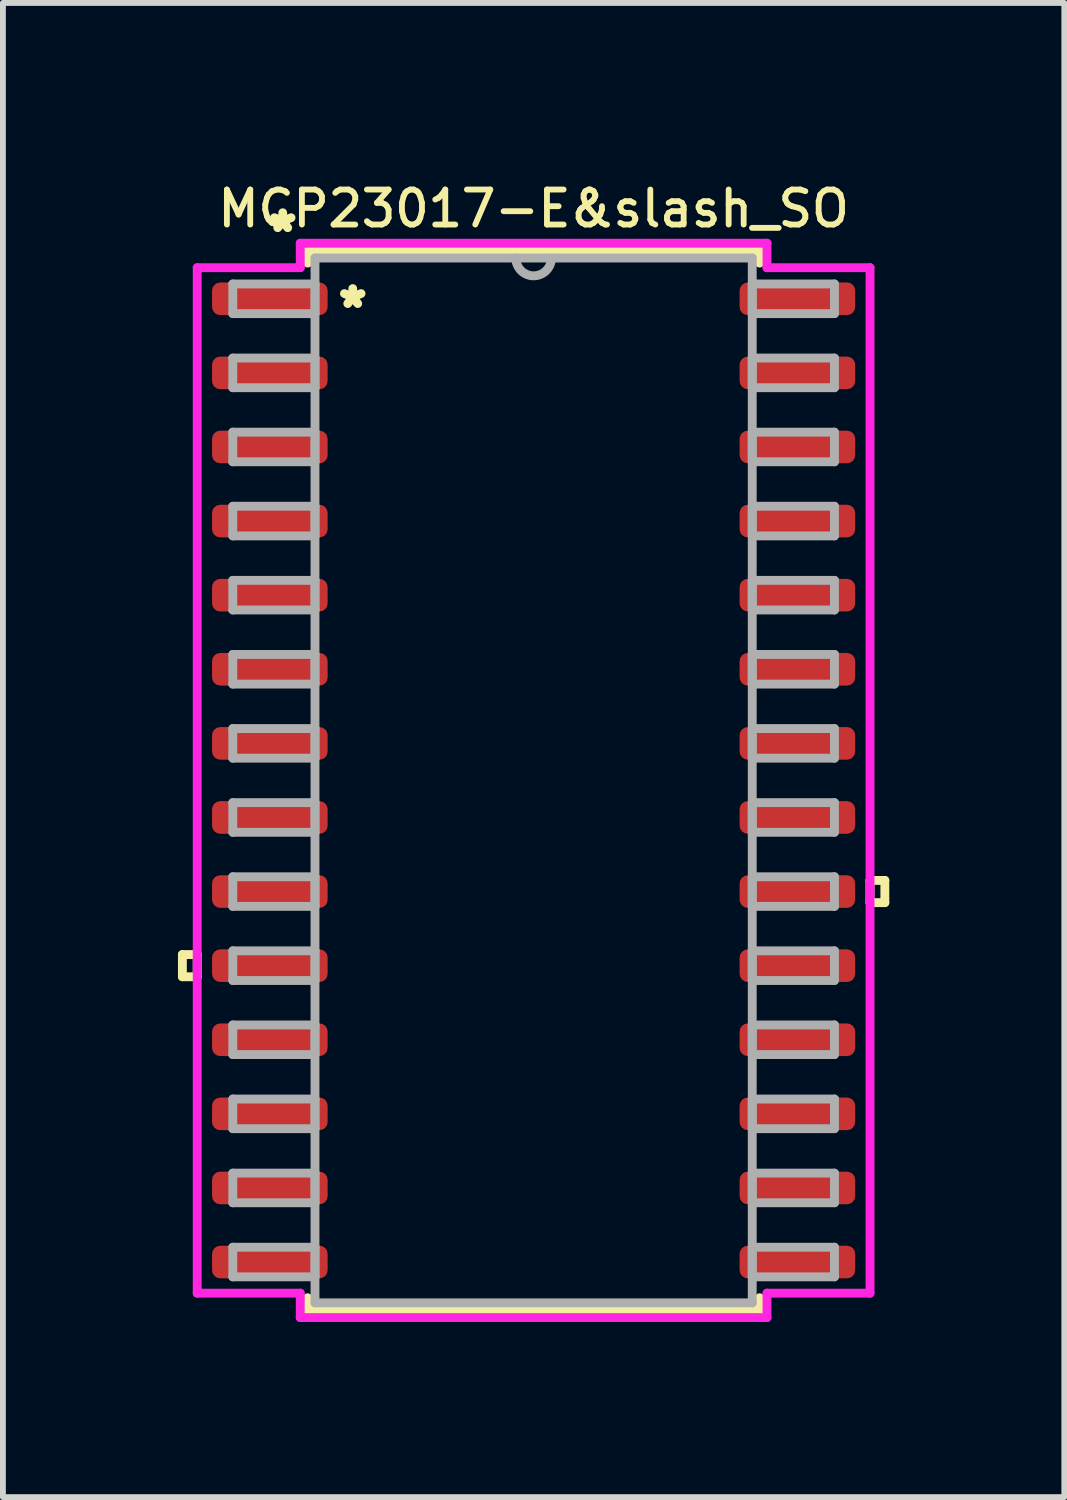
<source format=kicad_pcb>
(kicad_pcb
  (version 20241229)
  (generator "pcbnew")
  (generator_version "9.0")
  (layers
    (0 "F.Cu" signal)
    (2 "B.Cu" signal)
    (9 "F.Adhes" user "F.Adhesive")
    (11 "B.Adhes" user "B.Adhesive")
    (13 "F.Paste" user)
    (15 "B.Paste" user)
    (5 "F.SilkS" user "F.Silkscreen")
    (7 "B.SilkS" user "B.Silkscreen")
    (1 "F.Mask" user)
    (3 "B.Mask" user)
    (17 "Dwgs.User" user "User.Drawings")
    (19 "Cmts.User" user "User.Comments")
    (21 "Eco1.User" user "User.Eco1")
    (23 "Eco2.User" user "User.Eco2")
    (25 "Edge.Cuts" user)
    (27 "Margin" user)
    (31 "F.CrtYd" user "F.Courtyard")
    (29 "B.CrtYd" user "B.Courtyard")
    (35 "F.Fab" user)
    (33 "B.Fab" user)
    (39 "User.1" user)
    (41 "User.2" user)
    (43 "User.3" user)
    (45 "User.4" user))
  (footprint "MCP23017-E&slash_SO"
    (layer "F.Cu")
    (at 6.096 10.326)
    (property "Reference" "MCP23017-E&slash_SO" (at 0 -9.8 0) (layer "F.SilkS") (effects (font (size 0.6 0.6) (thickness 0.1))))
    (attr smd)
    (fp_line (start -6.02 2.985) (end -6.02 3.365) (stroke (width 0.152) (type solid)) (layer "F.SilkS"))
    (fp_line (start -6.02 3.365) (end -5.766 3.365) (stroke (width 0.152) (type solid)) (layer "F.SilkS"))
    (fp_line (start -5.766 2.985) (end -6.02 2.985) (stroke (width 0.152) (type solid)) (layer "F.SilkS"))
    (fp_line (start -5.766 3.365) (end -5.766 2.985) (stroke (width 0.152) (type solid)) (layer "F.SilkS"))
    (fp_line (start -3.873 -9.081) (end -3.873 -8.867) (stroke (width 0.152) (type solid)) (layer "F.SilkS"))
    (fp_line (start -3.873 8.867) (end -3.873 9.081) (stroke (width 0.152) (type solid)) (layer "F.SilkS"))
    (fp_line (start -3.873 9.081) (end 3.873 9.081) (stroke (width 0.152) (type solid)) (layer "F.SilkS"))
    (fp_line (start 3.873 -9.081) (end -3.873 -9.081) (stroke (width 0.152) (type solid)) (layer "F.SilkS"))
    (fp_line (start 3.873 -8.867) (end 3.873 -9.081) (stroke (width 0.152) (type solid)) (layer "F.SilkS"))
    (fp_line (start 3.873 9.081) (end 3.873 8.867) (stroke (width 0.152) (type solid)) (layer "F.SilkS"))
    (fp_line (start 5.766 1.714) (end 6.02 1.714) (stroke (width 0.152) (type solid)) (layer "F.SilkS"))
    (fp_line (start 5.766 2.095) (end 5.766 1.714) (stroke (width 0.152) (type solid)) (layer "F.SilkS"))
    (fp_line (start 6.02 1.714) (end 6.02 2.095) (stroke (width 0.152) (type solid)) (layer "F.SilkS"))
    (fp_line (start 6.02 2.095) (end 5.766 2.095) (stroke (width 0.152) (type solid)) (layer "F.SilkS"))
    (fp_line (start -5.766 -8.788) (end -4 -8.788) (stroke (width 0.152) (type solid)) (layer "F.CrtYd"))
    (fp_line (start -5.766 8.788) (end -5.766 -8.788) (stroke (width 0.152) (type solid)) (layer "F.CrtYd"))
    (fp_line (start -4 -9.207) (end 4 -9.207) (stroke (width 0.152) (type solid)) (layer "F.CrtYd"))
    (fp_line (start -4 -8.788) (end -4 -9.207) (stroke (width 0.152) (type solid)) (layer "F.CrtYd"))
    (fp_line (start -4 8.788) (end -5.766 8.788) (stroke (width 0.152) (type solid)) (layer "F.CrtYd"))
    (fp_line (start -4 9.207) (end -4 8.788) (stroke (width 0.152) (type solid)) (layer "F.CrtYd"))
    (fp_line (start 4 -9.207) (end 4 -8.788) (stroke (width 0.152) (type solid)) (layer "F.CrtYd"))
    (fp_line (start 4 -8.788) (end 5.766 -8.788) (stroke (width 0.152) (type solid)) (layer "F.CrtYd"))
    (fp_line (start 4 8.788) (end 4 9.207) (stroke (width 0.152) (type solid)) (layer "F.CrtYd"))
    (fp_line (start 4 9.207) (end -4 9.207) (stroke (width 0.152) (type solid)) (layer "F.CrtYd"))
    (fp_line (start 5.766 -8.788) (end 5.766 8.788) (stroke (width 0.152) (type solid)) (layer "F.CrtYd"))
    (fp_line (start 5.766 8.788) (end 4 8.788) (stroke (width 0.152) (type solid)) (layer "F.CrtYd"))
    (fp_line (start -5.156 -8.509) (end -5.156 -8.001) (stroke (width 0.152) (type solid)) (layer "F.Fab"))
    (fp_line (start -5.156 -8.001) (end -3.747 -8.001) (stroke (width 0.152) (type solid)) (layer "F.Fab"))
    (fp_line (start -5.156 -7.239) (end -5.156 -6.731) (stroke (width 0.152) (type solid)) (layer "F.Fab"))
    (fp_line (start -5.156 -6.731) (end -3.747 -6.731) (stroke (width 0.152) (type solid)) (layer "F.Fab"))
    (fp_line (start -5.156 -5.969) (end -5.156 -5.461) (stroke (width 0.152) (type solid)) (layer "F.Fab"))
    (fp_line (start -5.156 -5.461) (end -3.747 -5.461) (stroke (width 0.152) (type solid)) (layer "F.Fab"))
    (fp_line (start -5.156 -4.699) (end -5.156 -4.191) (stroke (width 0.152) (type solid)) (layer "F.Fab"))
    (fp_line (start -5.156 -4.191) (end -3.747 -4.191) (stroke (width 0.152) (type solid)) (layer "F.Fab"))
    (fp_line (start -5.156 -3.429) (end -5.156 -2.921) (stroke (width 0.152) (type solid)) (layer "F.Fab"))
    (fp_line (start -5.156 -2.921) (end -3.747 -2.921) (stroke (width 0.152) (type solid)) (layer "F.Fab"))
    (fp_line (start -5.156 -2.159) (end -5.156 -1.651) (stroke (width 0.152) (type solid)) (layer "F.Fab"))
    (fp_line (start -5.156 -1.651) (end -3.747 -1.651) (stroke (width 0.152) (type solid)) (layer "F.Fab"))
    (fp_line (start -5.156 -0.889) (end -5.156 -0.381) (stroke (width 0.152) (type solid)) (layer "F.Fab"))
    (fp_line (start -5.156 -0.381) (end -3.747 -0.381) (stroke (width 0.152) (type solid)) (layer "F.Fab"))
    (fp_line (start -5.156 0.381) (end -5.156 0.889) (stroke (width 0.152) (type solid)) (layer "F.Fab"))
    (fp_line (start -5.156 0.889) (end -3.747 0.889) (stroke (width 0.152) (type solid)) (layer "F.Fab"))
    (fp_line (start -5.156 1.651) (end -5.156 2.159) (stroke (width 0.152) (type solid)) (layer "F.Fab"))
    (fp_line (start -5.156 2.159) (end -3.747 2.159) (stroke (width 0.152) (type solid)) (layer "F.Fab"))
    (fp_line (start -5.156 2.921) (end -5.156 3.429) (stroke (width 0.152) (type solid)) (layer "F.Fab"))
    (fp_line (start -5.156 3.429) (end -3.747 3.429) (stroke (width 0.152) (type solid)) (layer "F.Fab"))
    (fp_line (start -5.156 4.191) (end -5.156 4.699) (stroke (width 0.152) (type solid)) (layer "F.Fab"))
    (fp_line (start -5.156 4.699) (end -3.747 4.699) (stroke (width 0.152) (type solid)) (layer "F.Fab"))
    (fp_line (start -5.156 5.461) (end -5.156 5.969) (stroke (width 0.152) (type solid)) (layer "F.Fab"))
    (fp_line (start -5.156 5.969) (end -3.747 5.969) (stroke (width 0.152) (type solid)) (layer "F.Fab"))
    (fp_line (start -5.156 6.731) (end -5.156 7.239) (stroke (width 0.152) (type solid)) (layer "F.Fab"))
    (fp_line (start -5.156 7.239) (end -3.747 7.239) (stroke (width 0.152) (type solid)) (layer "F.Fab"))
    (fp_line (start -5.156 8.001) (end -5.156 8.509) (stroke (width 0.152) (type solid)) (layer "F.Fab"))
    (fp_line (start -5.156 8.509) (end -3.747 8.509) (stroke (width 0.152) (type solid)) (layer "F.Fab"))
    (fp_line (start -3.747 -8.954) (end -3.747 8.954) (stroke (width 0.152) (type solid)) (layer "F.Fab"))
    (fp_line (start -3.747 -8.509) (end -5.156 -8.509) (stroke (width 0.152) (type solid)) (layer "F.Fab"))
    (fp_line (start -3.747 -8.001) (end -3.747 -8.509) (stroke (width 0.152) (type solid)) (layer "F.Fab"))
    (fp_line (start -3.747 -7.239) (end -5.156 -7.239) (stroke (width 0.152) (type solid)) (layer "F.Fab"))
    (fp_line (start -3.747 -6.731) (end -3.747 -7.239) (stroke (width 0.152) (type solid)) (layer "F.Fab"))
    (fp_line (start -3.747 -5.969) (end -5.156 -5.969) (stroke (width 0.152) (type solid)) (layer "F.Fab"))
    (fp_line (start -3.747 -5.461) (end -3.747 -5.969) (stroke (width 0.152) (type solid)) (layer "F.Fab"))
    (fp_line (start -3.747 -4.699) (end -5.156 -4.699) (stroke (width 0.152) (type solid)) (layer "F.Fab"))
    (fp_line (start -3.747 -4.191) (end -3.747 -4.699) (stroke (width 0.152) (type solid)) (layer "F.Fab"))
    (fp_line (start -3.747 -3.429) (end -5.156 -3.429) (stroke (width 0.152) (type solid)) (layer "F.Fab"))
    (fp_line (start -3.747 -2.921) (end -3.747 -3.429) (stroke (width 0.152) (type solid)) (layer "F.Fab"))
    (fp_line (start -3.747 -2.159) (end -5.156 -2.159) (stroke (width 0.152) (type solid)) (layer "F.Fab"))
    (fp_line (start -3.747 -1.651) (end -3.747 -2.159) (stroke (width 0.152) (type solid)) (layer "F.Fab"))
    (fp_line (start -3.747 -0.889) (end -5.156 -0.889) (stroke (width 0.152) (type solid)) (layer "F.Fab"))
    (fp_line (start -3.747 -0.381) (end -3.747 -0.889) (stroke (width 0.152) (type solid)) (layer "F.Fab"))
    (fp_line (start -3.747 0.381) (end -5.156 0.381) (stroke (width 0.152) (type solid)) (layer "F.Fab"))
    (fp_line (start -3.747 0.889) (end -3.747 0.381) (stroke (width 0.152) (type solid)) (layer "F.Fab"))
    (fp_line (start -3.747 1.651) (end -5.156 1.651) (stroke (width 0.152) (type solid)) (layer "F.Fab"))
    (fp_line (start -3.747 2.159) (end -3.747 1.651) (stroke (width 0.152) (type solid)) (layer "F.Fab"))
    (fp_line (start -3.747 2.921) (end -5.156 2.921) (stroke (width 0.152) (type solid)) (layer "F.Fab"))
    (fp_line (start -3.747 3.429) (end -3.747 2.921) (stroke (width 0.152) (type solid)) (layer "F.Fab"))
    (fp_line (start -3.747 4.191) (end -5.156 4.191) (stroke (width 0.152) (type solid)) (layer "F.Fab"))
    (fp_line (start -3.747 4.699) (end -3.747 4.191) (stroke (width 0.152) (type solid)) (layer "F.Fab"))
    (fp_line (start -3.747 5.461) (end -5.156 5.461) (stroke (width 0.152) (type solid)) (layer "F.Fab"))
    (fp_line (start -3.747 5.969) (end -3.747 5.461) (stroke (width 0.152) (type solid)) (layer "F.Fab"))
    (fp_line (start -3.747 6.731) (end -5.156 6.731) (stroke (width 0.152) (type solid)) (layer "F.Fab"))
    (fp_line (start -3.747 7.239) (end -3.747 6.731) (stroke (width 0.152) (type solid)) (layer "F.Fab"))
    (fp_line (start -3.747 8.001) (end -5.156 8.001) (stroke (width 0.152) (type solid)) (layer "F.Fab"))
    (fp_line (start -3.747 8.509) (end -3.747 8.001) (stroke (width 0.152) (type solid)) (layer "F.Fab"))
    (fp_line (start -3.747 8.954) (end 3.747 8.954) (stroke (width 0.152) (type solid)) (layer "F.Fab"))
    (fp_line (start 3.747 -8.954) (end -3.747 -8.954) (stroke (width 0.152) (type solid)) (layer "F.Fab"))
    (fp_line (start 3.747 -8.509) (end 3.747 -8.001) (stroke (width 0.152) (type solid)) (layer "F.Fab"))
    (fp_line (start 3.747 -8.001) (end 5.156 -8.001) (stroke (width 0.152) (type solid)) (layer "F.Fab"))
    (fp_line (start 3.747 -7.239) (end 3.747 -6.731) (stroke (width 0.152) (type solid)) (layer "F.Fab"))
    (fp_line (start 3.747 -6.731) (end 5.156 -6.731) (stroke (width 0.152) (type solid)) (layer "F.Fab"))
    (fp_line (start 3.747 -5.969) (end 3.747 -5.461) (stroke (width 0.152) (type solid)) (layer "F.Fab"))
    (fp_line (start 3.747 -5.461) (end 5.156 -5.461) (stroke (width 0.152) (type solid)) (layer "F.Fab"))
    (fp_line (start 3.747 -4.699) (end 3.747 -4.191) (stroke (width 0.152) (type solid)) (layer "F.Fab"))
    (fp_line (start 3.747 -4.191) (end 5.156 -4.191) (stroke (width 0.152) (type solid)) (layer "F.Fab"))
    (fp_line (start 3.747 -3.429) (end 3.747 -2.921) (stroke (width 0.152) (type solid)) (layer "F.Fab"))
    (fp_line (start 3.747 -2.921) (end 5.156 -2.921) (stroke (width 0.152) (type solid)) (layer "F.Fab"))
    (fp_line (start 3.747 -2.159) (end 3.747 -1.651) (stroke (width 0.152) (type solid)) (layer "F.Fab"))
    (fp_line (start 3.747 -1.651) (end 5.156 -1.651) (stroke (width 0.152) (type solid)) (layer "F.Fab"))
    (fp_line (start 3.747 -0.889) (end 3.747 -0.381) (stroke (width 0.152) (type solid)) (layer "F.Fab"))
    (fp_line (start 3.747 -0.381) (end 5.156 -0.381) (stroke (width 0.152) (type solid)) (layer "F.Fab"))
    (fp_line (start 3.747 0.381) (end 3.747 0.889) (stroke (width 0.152) (type solid)) (layer "F.Fab"))
    (fp_line (start 3.747 0.889) (end 5.156 0.889) (stroke (width 0.152) (type solid)) (layer "F.Fab"))
    (fp_line (start 3.747 1.651) (end 3.747 2.159) (stroke (width 0.152) (type solid)) (layer "F.Fab"))
    (fp_line (start 3.747 2.159) (end 5.156 2.159) (stroke (width 0.152) (type solid)) (layer "F.Fab"))
    (fp_line (start 3.747 2.921) (end 3.747 3.429) (stroke (width 0.152) (type solid)) (layer "F.Fab"))
    (fp_line (start 3.747 3.429) (end 5.156 3.429) (stroke (width 0.152) (type solid)) (layer "F.Fab"))
    (fp_line (start 3.747 4.191) (end 3.747 4.699) (stroke (width 0.152) (type solid)) (layer "F.Fab"))
    (fp_line (start 3.747 4.699) (end 5.156 4.699) (stroke (width 0.152) (type solid)) (layer "F.Fab"))
    (fp_line (start 3.747 5.461) (end 3.747 5.969) (stroke (width 0.152) (type solid)) (layer "F.Fab"))
    (fp_line (start 3.747 5.969) (end 5.156 5.969) (stroke (width 0.152) (type solid)) (layer "F.Fab"))
    (fp_line (start 3.747 6.731) (end 3.747 7.239) (stroke (width 0.152) (type solid)) (layer "F.Fab"))
    (fp_line (start 3.747 7.239) (end 5.156 7.239) (stroke (width 0.152) (type solid)) (layer "F.Fab"))
    (fp_line (start 3.747 8.001) (end 3.747 8.509) (stroke (width 0.152) (type solid)) (layer "F.Fab"))
    (fp_line (start 3.747 8.509) (end 5.156 8.509) (stroke (width 0.152) (type solid)) (layer "F.Fab"))
    (fp_line (start 3.747 8.954) (end 3.747 -8.954) (stroke (width 0.152) (type solid)) (layer "F.Fab"))
    (fp_line (start 5.156 -8.509) (end 3.747 -8.509) (stroke (width 0.152) (type solid)) (layer "F.Fab"))
    (fp_line (start 5.156 -8.001) (end 5.156 -8.509) (stroke (width 0.152) (type solid)) (layer "F.Fab"))
    (fp_line (start 5.156 -7.239) (end 3.747 -7.239) (stroke (width 0.152) (type solid)) (layer "F.Fab"))
    (fp_line (start 5.156 -6.731) (end 5.156 -7.239) (stroke (width 0.152) (type solid)) (layer "F.Fab"))
    (fp_line (start 5.156 -5.969) (end 3.747 -5.969) (stroke (width 0.152) (type solid)) (layer "F.Fab"))
    (fp_line (start 5.156 -5.461) (end 5.156 -5.969) (stroke (width 0.152) (type solid)) (layer "F.Fab"))
    (fp_line (start 5.156 -4.699) (end 3.747 -4.699) (stroke (width 0.152) (type solid)) (layer "F.Fab"))
    (fp_line (start 5.156 -4.191) (end 5.156 -4.699) (stroke (width 0.152) (type solid)) (layer "F.Fab"))
    (fp_line (start 5.156 -3.429) (end 3.747 -3.429) (stroke (width 0.152) (type solid)) (layer "F.Fab"))
    (fp_line (start 5.156 -2.921) (end 5.156 -3.429) (stroke (width 0.152) (type solid)) (layer "F.Fab"))
    (fp_line (start 5.156 -2.159) (end 3.747 -2.159) (stroke (width 0.152) (type solid)) (layer "F.Fab"))
    (fp_line (start 5.156 -1.651) (end 5.156 -2.159) (stroke (width 0.152) (type solid)) (layer "F.Fab"))
    (fp_line (start 5.156 -0.889) (end 3.747 -0.889) (stroke (width 0.152) (type solid)) (layer "F.Fab"))
    (fp_line (start 5.156 -0.381) (end 5.156 -0.889) (stroke (width 0.152) (type solid)) (layer "F.Fab"))
    (fp_line (start 5.156 0.381) (end 3.747 0.381) (stroke (width 0.152) (type solid)) (layer "F.Fab"))
    (fp_line (start 5.156 0.889) (end 5.156 0.381) (stroke (width 0.152) (type solid)) (layer "F.Fab"))
    (fp_line (start 5.156 1.651) (end 3.747 1.651) (stroke (width 0.152) (type solid)) (layer "F.Fab"))
    (fp_line (start 5.156 2.159) (end 5.156 1.651) (stroke (width 0.152) (type solid)) (layer "F.Fab"))
    (fp_line (start 5.156 2.921) (end 3.747 2.921) (stroke (width 0.152) (type solid)) (layer "F.Fab"))
    (fp_line (start 5.156 3.429) (end 5.156 2.921) (stroke (width 0.152) (type solid)) (layer "F.Fab"))
    (fp_line (start 5.156 4.191) (end 3.747 4.191) (stroke (width 0.152) (type solid)) (layer "F.Fab"))
    (fp_line (start 5.156 4.699) (end 5.156 4.191) (stroke (width 0.152) (type solid)) (layer "F.Fab"))
    (fp_line (start 5.156 5.461) (end 3.747 5.461) (stroke (width 0.152) (type solid)) (layer "F.Fab"))
    (fp_line (start 5.156 5.969) (end 5.156 5.461) (stroke (width 0.152) (type solid)) (layer "F.Fab"))
    (fp_line (start 5.156 6.731) (end 3.747 6.731) (stroke (width 0.152) (type solid)) (layer "F.Fab"))
    (fp_line (start 5.156 7.239) (end 5.156 6.731) (stroke (width 0.152) (type solid)) (layer "F.Fab"))
    (fp_line (start 5.156 8.001) (end 3.747 8.001) (stroke (width 0.152) (type solid)) (layer "F.Fab"))
    (fp_line (start 5.156 8.509) (end 5.156 8.001) (stroke (width 0.152) (type solid)) (layer "F.Fab"))
    (fp_arc (start 0.3048 -8.9535) (mid 0 -8.6487) (end -0.3048 -8.9535) (stroke (width 0.1524) (type solid)) (layer "F.Fab"))
    (fp_text user "*" (at -3.1 -8.1 0) (layer "F.SilkS") (effects (font (size 0.6 0.6) (thickness 0.15))))
    (fp_text user "*" (at -4.3 -9.4 0) (layer "F.SilkS") (effects (font (size 0.6 0.6) (thickness 0.15))))
    (pad "1" smd roundrect (at -4.521 -8.255) (size 1.981 0.559) (layers "F.Cu" "F.Mask" "F.Paste") (roundrect_rratio 0.25))
    (pad "2" smd roundrect (at -4.521 -6.985) (size 1.981 0.559) (layers "F.Cu" "F.Mask" "F.Paste") (roundrect_rratio 0.25))
    (pad "3" smd roundrect (at -4.521 -5.715) (size 1.981 0.559) (layers "F.Cu" "F.Mask" "F.Paste") (roundrect_rratio 0.25))
    (pad "4" smd roundrect (at -4.521 -4.445) (size 1.981 0.559) (layers "F.Cu" "F.Mask" "F.Paste") (roundrect_rratio 0.25))
    (pad "5" smd roundrect (at -4.521 -3.175) (size 1.981 0.559) (layers "F.Cu" "F.Mask" "F.Paste") (roundrect_rratio 0.25))
    (pad "6" smd roundrect (at -4.521 -1.905) (size 1.981 0.559) (layers "F.Cu" "F.Mask" "F.Paste") (roundrect_rratio 0.25))
    (pad "7" smd roundrect (at -4.521 -0.635) (size 1.981 0.559) (layers "F.Cu" "F.Mask" "F.Paste") (roundrect_rratio 0.25))
    (pad "8" smd roundrect (at -4.521 0.635) (size 1.981 0.559) (layers "F.Cu" "F.Mask" "F.Paste") (roundrect_rratio 0.25))
    (pad "9" smd roundrect (at -4.521 1.905) (size 1.981 0.559) (layers "F.Cu" "F.Mask" "F.Paste") (roundrect_rratio 0.25))
    (pad "10" smd roundrect (at -4.521 3.175) (size 1.981 0.559) (layers "F.Cu" "F.Mask" "F.Paste") (roundrect_rratio 0.25))
    (pad "11" smd roundrect (at -4.521 4.445) (size 1.981 0.559) (layers "F.Cu" "F.Mask" "F.Paste") (roundrect_rratio 0.25))
    (pad "12" smd roundrect (at -4.521 5.715) (size 1.981 0.559) (layers "F.Cu" "F.Mask" "F.Paste") (roundrect_rratio 0.25))
    (pad "13" smd roundrect (at -4.521 6.985) (size 1.981 0.559) (layers "F.Cu" "F.Mask" "F.Paste") (roundrect_rratio 0.25))
    (pad "14" smd roundrect (at -4.521 8.255) (size 1.981 0.559) (layers "F.Cu" "F.Mask" "F.Paste") (roundrect_rratio 0.25))
    (pad "15" smd roundrect (at 4.521 8.255) (size 1.981 0.559) (layers "F.Cu" "F.Mask" "F.Paste") (roundrect_rratio 0.25))
    (pad "16" smd roundrect (at 4.521 6.985) (size 1.981 0.559) (layers "F.Cu" "F.Mask" "F.Paste") (roundrect_rratio 0.25))
    (pad "17" smd roundrect (at 4.521 5.715) (size 1.981 0.559) (layers "F.Cu" "F.Mask" "F.Paste") (roundrect_rratio 0.25))
    (pad "18" smd roundrect (at 4.521 4.445) (size 1.981 0.559) (layers "F.Cu" "F.Mask" "F.Paste") (roundrect_rratio 0.25))
    (pad "19" smd roundrect (at 4.521 3.175) (size 1.981 0.559) (layers "F.Cu" "F.Mask" "F.Paste") (roundrect_rratio 0.25))
    (pad "20" smd roundrect (at 4.521 1.905) (size 1.981 0.559) (layers "F.Cu" "F.Mask" "F.Paste") (roundrect_rratio 0.25))
    (pad "21" smd roundrect (at 4.521 0.635) (size 1.981 0.559) (layers "F.Cu" "F.Mask" "F.Paste") (roundrect_rratio 0.25))
    (pad "22" smd roundrect (at 4.521 -0.635) (size 1.981 0.559) (layers "F.Cu" "F.Mask" "F.Paste") (roundrect_rratio 0.25))
    (pad "23" smd roundrect (at 4.521 -1.905) (size 1.981 0.559) (layers "F.Cu" "F.Mask" "F.Paste") (roundrect_rratio 0.25))
    (pad "24" smd roundrect (at 4.521 -3.175) (size 1.981 0.559) (layers "F.Cu" "F.Mask" "F.Paste") (roundrect_rratio 0.25))
    (pad "25" smd roundrect (at 4.521 -4.445) (size 1.981 0.559) (layers "F.Cu" "F.Mask" "F.Paste") (roundrect_rratio 0.25))
    (pad "26" smd roundrect (at 4.521 -5.715) (size 1.981 0.559) (layers "F.Cu" "F.Mask" "F.Paste") (roundrect_rratio 0.25))
    (pad "27" smd roundrect (at 4.521 -6.985) (size 1.981 0.559) (layers "F.Cu" "F.Mask" "F.Paste") (roundrect_rratio 0.25))
    (pad "28" smd roundrect (at 4.521 -8.255) (size 1.981 0.559) (layers "F.Cu" "F.Mask" "F.Paste") (roundrect_rratio 0.25)))
  (gr_rect
    (start -3 -3)
    (end 15.192 22.61)
    (stroke (width 0.1) (type default))
    (fill no)
    (layer "Edge.Cuts")))
</source>
